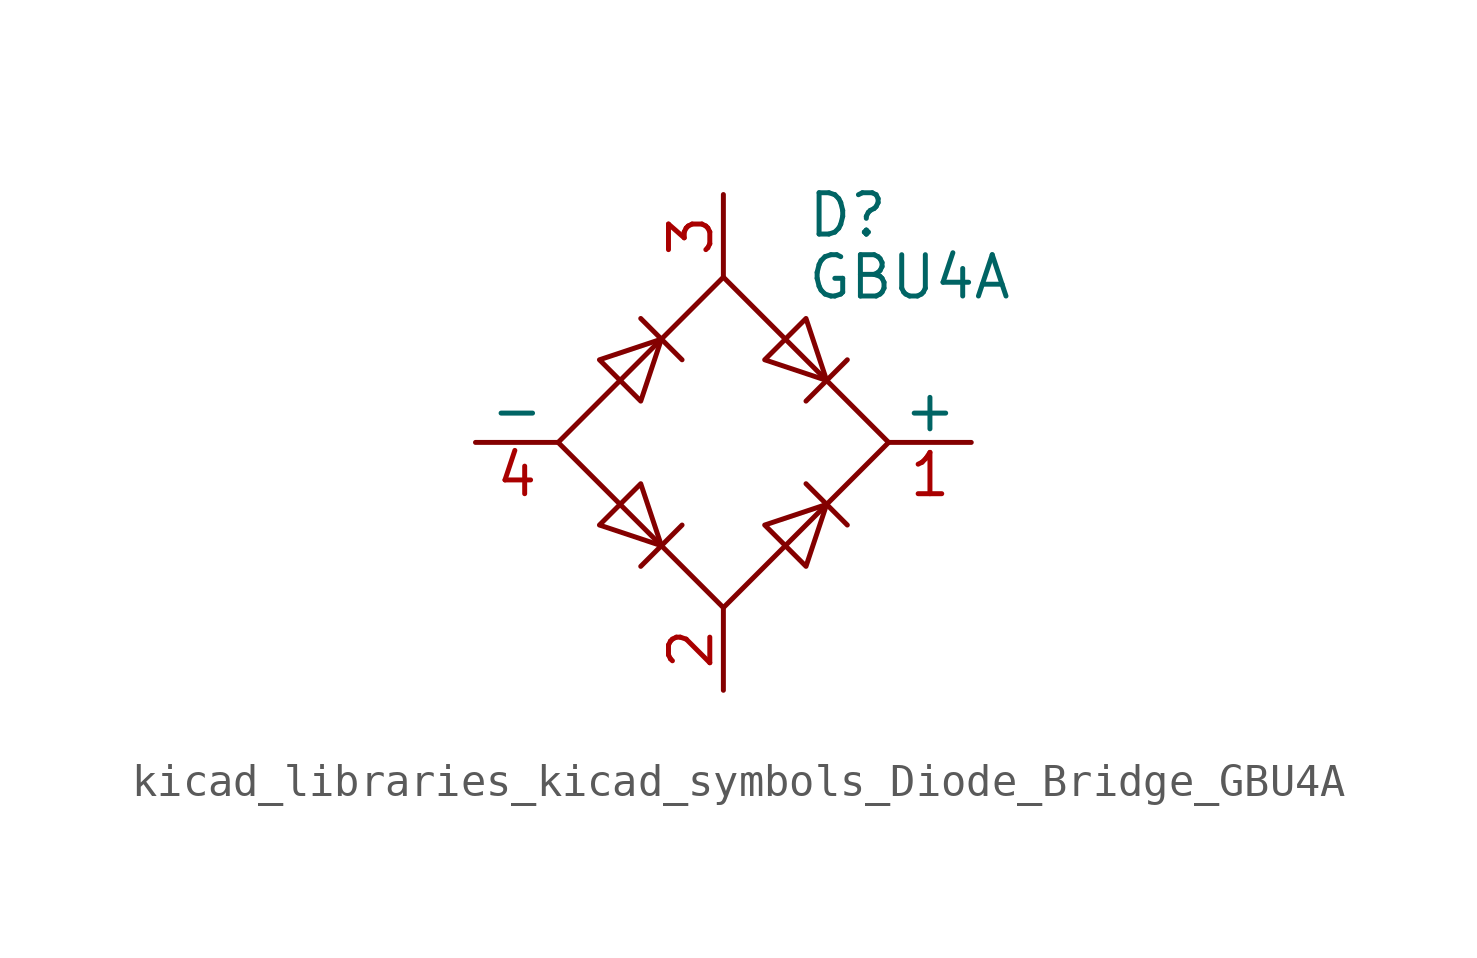
<source format=kicad_sym>
(kicad_symbol_lib
  (version 20220914)
  (generator kicad_symbol_editor)
  (symbol "kicad_libraries_kicad_symbols_Diode_Bridge_GBU4A"
    (pin_names
      (offset 0))
    (property "Reference" "D"
      (at 2.54 6.985 0)
      (effects (font (size 1.27 1.27)) (justify left)))
    (property "Value" "GBU4A"
      (at 2.54 5.08 0)
      (effects (font (size 1.27 1.27)) (justify left)))
    (symbol "kicad_libraries_kicad_symbols_Diode_Bridge_GBU4A_0_1"
      (polyline (pts (xy -2.54 3.81) (xy -1.27 2.54)) (stroke (width 0) (type default)) (fill (type none)))
      (polyline (pts (xy -1.27 -2.54) (xy -2.54 -3.81)) (stroke (width 0) (type default)) (fill (type none)))
      (polyline (pts (xy 2.54 -1.27) (xy 3.81 -2.54)) (stroke (width 0) (type default)) (fill (type none)))
      (polyline (pts (xy 2.54 1.27) (xy 3.81 2.54)) (stroke (width 0) (type default)) (fill (type none)))
      (polyline (pts (xy -3.81 2.54) (xy -2.54 1.27) (xy -1.905 3.175) (xy -3.81 2.54)) (stroke (width 0) (type default)) (fill (type none)))
      (polyline (pts (xy -2.54 -1.27) (xy -3.81 -2.54) (xy -1.905 -3.175) (xy -2.54 -1.27)) (stroke (width 0) (type default)) (fill (type none)))
      (polyline (pts (xy 1.27 2.54) (xy 2.54 3.81) (xy 3.175 1.905) (xy 1.27 2.54)) (stroke (width 0) (type default)) (fill (type none)))
      (polyline (pts (xy 3.175 -1.905) (xy 1.27 -2.54) (xy 2.54 -3.81) (xy 3.175 -1.905)) (stroke (width 0) (type default)) (fill (type none)))
      (polyline (pts (xy -5.08 0) (xy 0 -5.08) (xy 5.08 0) (xy 0 5.08) (xy -5.08 0)) (stroke (width 0) (type default)) (fill (type none))))
    (symbol "kicad_libraries_kicad_symbols_Diode_Bridge_GBU4A_1_1"
      (pin passive line (at 7.62 0 180) (length 2.54) (name "+" (effects (font (size 1.27 1.27)))) (number "1" (effects (font (size 1.27 1.27)))))
      (pin passive line (at 0 -7.62 90) (length 2.54) (name "~" (effects (font (size 1.27 1.27)))) (number "2" (effects (font (size 1.27 1.27)))))
      (pin passive line (at 0 7.62 270) (length 2.54) (name "~" (effects (font (size 1.27 1.27)))) (number "3" (effects (font (size 1.27 1.27)))))
      (pin passive line (at -7.62 0 0) (length 2.54) (name "-" (effects (font (size 1.27 1.27)))) (number "4" (effects (font (size 1.27 1.27))))))))
</source>
